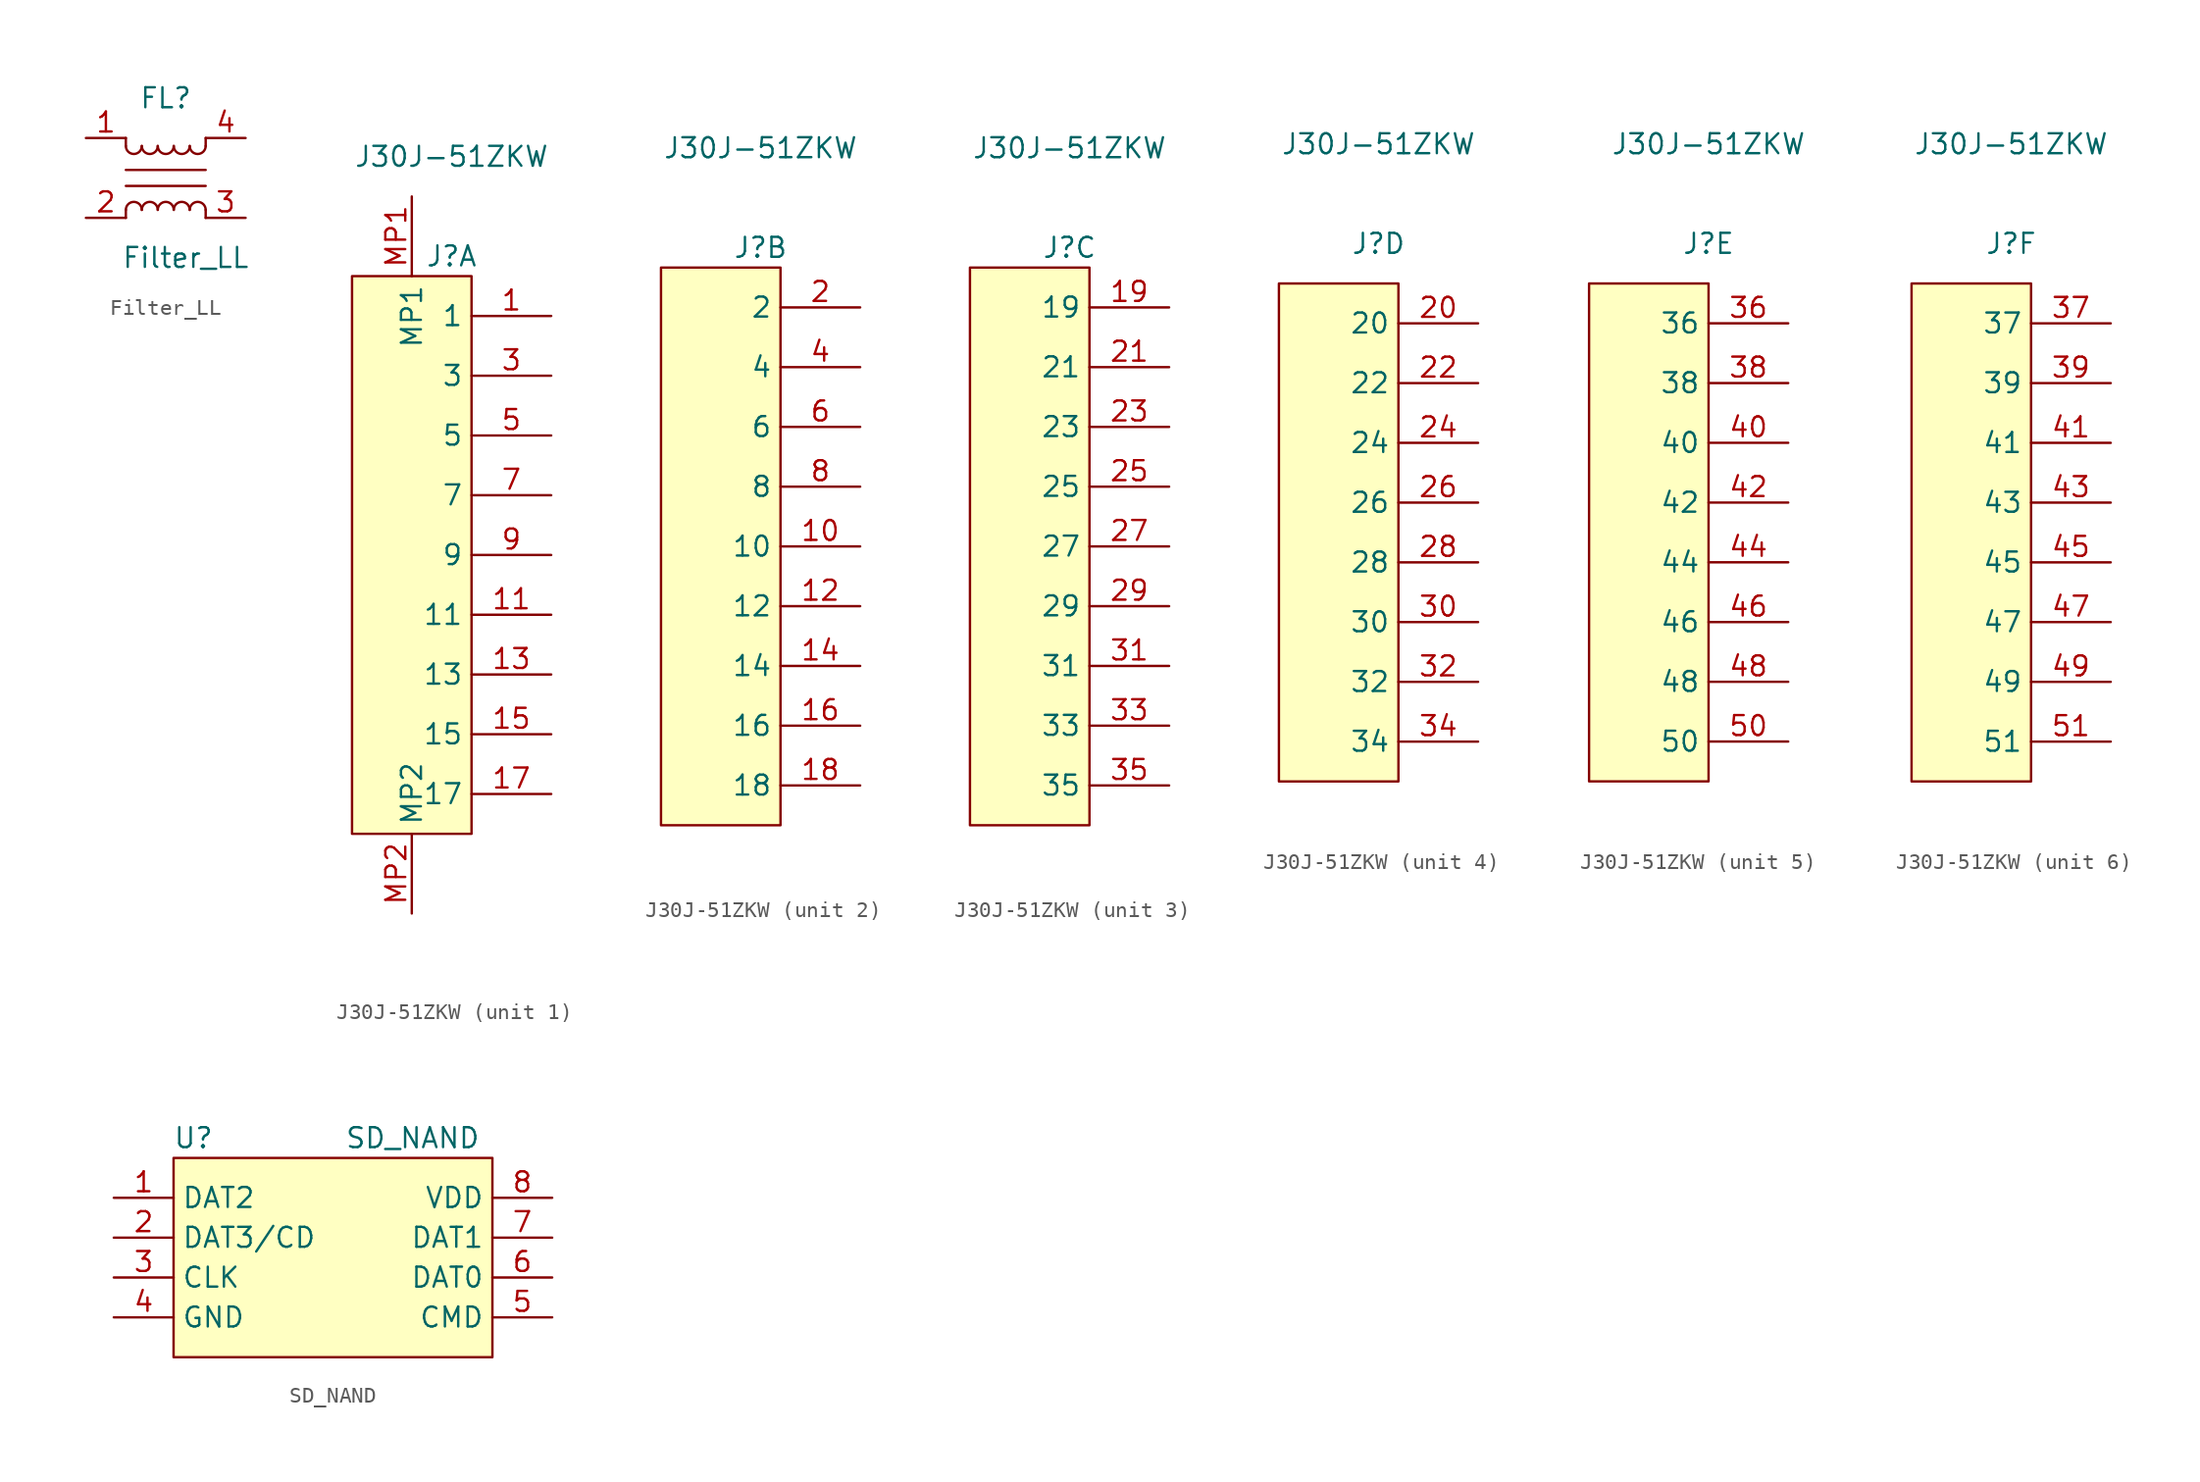
<source format=kicad_sym>
(kicad_symbol_lib
  (version 20220914)
  (generator kicad_symbol_editor)
  (symbol "Filter_LL"
    (property "Reference" "FL"
      (at 0 5.08 0)
      (effects (font (size 1.27 1.27))))
    (property "Value" "Filter_LL"
      (at 1.27 -5.08 0)
      (effects (font (size 1.27 1.27))))
    (symbol "Filter_LL_0_1"
      (arc (start -2.54 2.032) (mid -2.032 1.5262) (end -1.524 2.032) (stroke (width 0) (type default)) (fill (type none)))
      (arc (start -1.524 -2.032) (mid -2.032 -1.5262) (end -2.54 -2.032) (stroke (width 0) (type default)) (fill (type none)))
      (arc (start -1.524 2.032) (mid -1.016 1.5262) (end -0.508 2.032) (stroke (width 0) (type default)) (fill (type none)))
      (arc (start -0.508 -2.032) (mid -1.016 -1.5262) (end -1.524 -2.032) (stroke (width 0) (type default)) (fill (type none)))
      (arc (start -0.508 2.032) (mid 0 1.5262) (end 0.508 2.032) (stroke (width 0) (type default)) (fill (type none)))
      (polyline (pts (xy -2.54 -2.032) (xy -2.54 -2.54)) (stroke (width 0) (type default)) (fill (type none)))
      (polyline (pts (xy -2.54 0.508) (xy 2.54 0.508)) (stroke (width 0) (type default)) (fill (type none)))
      (polyline (pts (xy -2.54 2.032) (xy -2.54 2.54)) (stroke (width 0) (type default)) (fill (type none)))
      (polyline (pts (xy 2.54 -2.032) (xy 2.54 -2.54)) (stroke (width 0) (type default)) (fill (type none)))
      (polyline (pts (xy 2.54 -0.508) (xy -2.54 -0.508)) (stroke (width 0) (type default)) (fill (type none)))
      (polyline (pts (xy 2.54 2.54) (xy 2.54 2.032)) (stroke (width 0) (type default)) (fill (type none)))
      (arc (start 0.508 -2.032) (mid 0 -1.5262) (end -0.508 -2.032) (stroke (width 0) (type default)) (fill (type none)))
      (arc (start 0.508 2.032) (mid 1.016 1.5262) (end 1.524 2.032) (stroke (width 0) (type default)) (fill (type none)))
      (arc (start 1.524 -2.032) (mid 1.016 -1.5262) (end 0.508 -2.032) (stroke (width 0) (type default)) (fill (type none)))
      (arc (start 1.524 2.032) (mid 2.032 1.5262) (end 2.54 2.032) (stroke (width 0) (type default)) (fill (type none)))
      (arc (start 2.54 -2.032) (mid 2.032 -1.5262) (end 1.524 -2.032) (stroke (width 0) (type default)) (fill (type none))))
    (symbol "Filter_LL_1_1"
      (pin passive line (at -5.08 2.54 0) (length 2.54) (name "~" (effects (font (size 1.27 1.27)))) (number "1" (effects (font (size 1.27 1.27)))))
      (pin passive line (at -5.08 -2.54 0) (length 2.54) (name "~" (effects (font (size 1.27 1.27)))) (number "2" (effects (font (size 1.27 1.27)))))
      (pin passive line (at 5.08 -2.54 180) (length 2.54) (name "~" (effects (font (size 1.27 1.27)))) (number "3" (effects (font (size 1.27 1.27)))))
      (pin passive line (at 5.08 2.54 180) (length 2.54) (name "~" (effects (font (size 1.27 1.27)))) (number "4" (effects (font (size 1.27 1.27)))))))
  (symbol "J30J-51ZKW"
    (property "Reference" "J"
      (at 2.54 19.05 0)
      (effects (font (size 1.27 1.27))))
    (property "Value" "J30J-51ZKW"
      (at 2.54 25.4 0)
      (effects (font (size 1.27 1.27))))
    (property "ki_locked" ""
      (at 0 0 0)
      (effects (font (size 1.27 1.27))))
    (symbol "J30J-51ZKW_1_0"
      (pin passive line (at 8.89 15.24 180) (length 5.08) (name "1" (effects (font (size 1.27 1.27)))) (number "1" (effects (font (size 1.27 1.27)))))
      (pin passive line (at 8.89 -3.81 180) (length 5.08) (name "11" (effects (font (size 1.27 1.27)))) (number "11" (effects (font (size 1.27 1.27)))))
      (pin passive line (at 8.89 -7.62 180) (length 5.08) (name "13" (effects (font (size 1.27 1.27)))) (number "13" (effects (font (size 1.27 1.27)))))
      (pin passive line (at 8.89 -11.43 180) (length 5.08) (name "15" (effects (font (size 1.27 1.27)))) (number "15" (effects (font (size 1.27 1.27)))))
      (pin passive line (at 8.89 -15.24 180) (length 5.08) (name "17" (effects (font (size 1.27 1.27)))) (number "17" (effects (font (size 1.27 1.27)))))
      (pin passive line (at 8.89 11.43 180) (length 5.08) (name "3" (effects (font (size 1.27 1.27)))) (number "3" (effects (font (size 1.27 1.27)))))
      (pin passive line (at 8.89 7.62 180) (length 5.08) (name "5" (effects (font (size 1.27 1.27)))) (number "5" (effects (font (size 1.27 1.27)))))
      (pin passive line (at 8.89 3.81 180) (length 5.08) (name "7" (effects (font (size 1.27 1.27)))) (number "7" (effects (font (size 1.27 1.27)))))
      (pin passive line (at 8.89 0 180) (length 5.08) (name "9" (effects (font (size 1.27 1.27)))) (number "9" (effects (font (size 1.27 1.27)))))
      (pin passive line (at 0 22.86 270) (length 5.08) (name "MP1" (effects (font (size 1.27 1.27)))) (number "MP1" (effects (font (size 1.27 1.27)))))
      (pin passive line (at 0 -22.86 90) (length 5.08) (name "MP2" (effects (font (size 1.27 1.27)))) (number "MP2" (effects (font (size 1.27 1.27))))))
    (symbol "J30J-51ZKW_1_1"
      (rectangle (start -3.81 17.78) (end 3.81 -17.78) (stroke (width 0) (type default)) (fill (type background))))
    (symbol "J30J-51ZKW_2_0"
      (pin passive line (at 8.89 0 180) (length 5.08) (name "10" (effects (font (size 1.27 1.27)))) (number "10" (effects (font (size 1.27 1.27)))))
      (pin passive line (at 8.89 -3.81 180) (length 5.08) (name "12" (effects (font (size 1.27 1.27)))) (number "12" (effects (font (size 1.27 1.27)))))
      (pin passive line (at 8.89 -7.62 180) (length 5.08) (name "14" (effects (font (size 1.27 1.27)))) (number "14" (effects (font (size 1.27 1.27)))))
      (pin passive line (at 8.89 -11.43 180) (length 5.08) (name "16" (effects (font (size 1.27 1.27)))) (number "16" (effects (font (size 1.27 1.27)))))
      (pin passive line (at 8.89 -15.24 180) (length 5.08) (name "18" (effects (font (size 1.27 1.27)))) (number "18" (effects (font (size 1.27 1.27)))))
      (pin passive line (at 8.89 15.24 180) (length 5.08) (name "2" (effects (font (size 1.27 1.27)))) (number "2" (effects (font (size 1.27 1.27)))))
      (pin passive line (at 8.89 11.43 180) (length 5.08) (name "4" (effects (font (size 1.27 1.27)))) (number "4" (effects (font (size 1.27 1.27)))))
      (pin passive line (at 8.89 7.62 180) (length 5.08) (name "6" (effects (font (size 1.27 1.27)))) (number "6" (effects (font (size 1.27 1.27)))))
      (pin passive line (at 8.89 3.81 180) (length 5.08) (name "8" (effects (font (size 1.27 1.27)))) (number "8" (effects (font (size 1.27 1.27))))))
    (symbol "J30J-51ZKW_2_1"
      (rectangle (start -3.81 17.78) (end 3.81 -17.78) (stroke (width 0) (type default)) (fill (type background))))
    (symbol "J30J-51ZKW_3_0"
      (pin passive line (at 8.89 15.24 180) (length 5.08) (name "19" (effects (font (size 1.27 1.27)))) (number "19" (effects (font (size 1.27 1.27)))))
      (pin passive line (at 8.89 11.43 180) (length 5.08) (name "21" (effects (font (size 1.27 1.27)))) (number "21" (effects (font (size 1.27 1.27)))))
      (pin passive line (at 8.89 7.62 180) (length 5.08) (name "23" (effects (font (size 1.27 1.27)))) (number "23" (effects (font (size 1.27 1.27)))))
      (pin passive line (at 8.89 3.81 180) (length 5.08) (name "25" (effects (font (size 1.27 1.27)))) (number "25" (effects (font (size 1.27 1.27)))))
      (pin passive line (at 8.89 0 180) (length 5.08) (name "27" (effects (font (size 1.27 1.27)))) (number "27" (effects (font (size 1.27 1.27)))))
      (pin passive line (at 8.89 -3.81 180) (length 5.08) (name "29" (effects (font (size 1.27 1.27)))) (number "29" (effects (font (size 1.27 1.27)))))
      (pin passive line (at 8.89 -7.62 180) (length 5.08) (name "31" (effects (font (size 1.27 1.27)))) (number "31" (effects (font (size 1.27 1.27)))))
      (pin passive line (at 8.89 -11.43 180) (length 5.08) (name "33" (effects (font (size 1.27 1.27)))) (number "33" (effects (font (size 1.27 1.27)))))
      (pin passive line (at 8.89 -15.24 180) (length 5.08) (name "35" (effects (font (size 1.27 1.27)))) (number "35" (effects (font (size 1.27 1.27))))))
    (symbol "J30J-51ZKW_3_1"
      (rectangle (start -3.81 17.78) (end 3.81 -17.78) (stroke (width 0) (type default)) (fill (type background))))
    (symbol "J30J-51ZKW_4_0"
      (pin passive line (at 8.89 13.97 180) (length 5.08) (name "20" (effects (font (size 1.27 1.27)))) (number "20" (effects (font (size 1.27 1.27)))))
      (pin passive line (at 8.89 10.16 180) (length 5.08) (name "22" (effects (font (size 1.27 1.27)))) (number "22" (effects (font (size 1.27 1.27)))))
      (pin passive line (at 8.89 6.35 180) (length 5.08) (name "24" (effects (font (size 1.27 1.27)))) (number "24" (effects (font (size 1.27 1.27)))))
      (pin passive line (at 8.89 2.54 180) (length 5.08) (name "26" (effects (font (size 1.27 1.27)))) (number "26" (effects (font (size 1.27 1.27)))))
      (pin passive line (at 8.89 -1.27 180) (length 5.08) (name "28" (effects (font (size 1.27 1.27)))) (number "28" (effects (font (size 1.27 1.27)))))
      (pin passive line (at 8.89 -5.08 180) (length 5.08) (name "30" (effects (font (size 1.27 1.27)))) (number "30" (effects (font (size 1.27 1.27)))))
      (pin passive line (at 8.89 -8.89 180) (length 5.08) (name "32" (effects (font (size 1.27 1.27)))) (number "32" (effects (font (size 1.27 1.27)))))
      (pin passive line (at 8.89 -12.7 180) (length 5.08) (name "34" (effects (font (size 1.27 1.27)))) (number "34" (effects (font (size 1.27 1.27))))))
    (symbol "J30J-51ZKW_4_1"
      (rectangle (start -3.81 16.51) (end 3.81 -15.24) (stroke (width 0) (type default)) (fill (type background))))
    (symbol "J30J-51ZKW_5_0"
      (pin passive line (at 7.62 13.97 180) (length 5.08) (name "36" (effects (font (size 1.27 1.27)))) (number "36" (effects (font (size 1.27 1.27)))))
      (pin passive line (at 7.62 10.16 180) (length 5.08) (name "38" (effects (font (size 1.27 1.27)))) (number "38" (effects (font (size 1.27 1.27)))))
      (pin passive line (at 7.62 6.35 180) (length 5.08) (name "40" (effects (font (size 1.27 1.27)))) (number "40" (effects (font (size 1.27 1.27)))))
      (pin passive line (at 7.62 2.54 180) (length 5.08) (name "42" (effects (font (size 1.27 1.27)))) (number "42" (effects (font (size 1.27 1.27)))))
      (pin passive line (at 7.62 -1.27 180) (length 5.08) (name "44" (effects (font (size 1.27 1.27)))) (number "44" (effects (font (size 1.27 1.27)))))
      (pin passive line (at 7.62 -5.08 180) (length 5.08) (name "46" (effects (font (size 1.27 1.27)))) (number "46" (effects (font (size 1.27 1.27)))))
      (pin passive line (at 7.62 -8.89 180) (length 5.08) (name "48" (effects (font (size 1.27 1.27)))) (number "48" (effects (font (size 1.27 1.27)))))
      (pin passive line (at 7.62 -12.7 180) (length 5.08) (name "50" (effects (font (size 1.27 1.27)))) (number "50" (effects (font (size 1.27 1.27))))))
    (symbol "J30J-51ZKW_5_1"
      (rectangle (start -5.08 16.51) (end 2.54 -15.24) (stroke (width 0) (type default)) (fill (type background))))
    (symbol "J30J-51ZKW_6_0"
      (pin passive line (at 8.89 13.97 180) (length 5.08) (name "37" (effects (font (size 1.27 1.27)))) (number "37" (effects (font (size 1.27 1.27)))))
      (pin passive line (at 8.89 10.16 180) (length 5.08) (name "39" (effects (font (size 1.27 1.27)))) (number "39" (effects (font (size 1.27 1.27)))))
      (pin passive line (at 8.89 6.35 180) (length 5.08) (name "41" (effects (font (size 1.27 1.27)))) (number "41" (effects (font (size 1.27 1.27)))))
      (pin passive line (at 8.89 2.54 180) (length 5.08) (name "43" (effects (font (size 1.27 1.27)))) (number "43" (effects (font (size 1.27 1.27)))))
      (pin passive line (at 8.89 -1.27 180) (length 5.08) (name "45" (effects (font (size 1.27 1.27)))) (number "45" (effects (font (size 1.27 1.27)))))
      (pin passive line (at 8.89 -5.08 180) (length 5.08) (name "47" (effects (font (size 1.27 1.27)))) (number "47" (effects (font (size 1.27 1.27)))))
      (pin passive line (at 8.89 -8.89 180) (length 5.08) (name "49" (effects (font (size 1.27 1.27)))) (number "49" (effects (font (size 1.27 1.27)))))
      (pin passive line (at 8.89 -12.7 180) (length 5.08) (name "51" (effects (font (size 1.27 1.27)))) (number "51" (effects (font (size 1.27 1.27))))))
    (symbol "J30J-51ZKW_6_1"
      (rectangle (start -3.81 16.51) (end 3.81 -15.24) (stroke (width 0) (type default)) (fill (type background)))))
  (symbol "SD_NAND"
    (property "Reference" "U"
      (at -8.89 7.62 0)
      (effects (font (size 1.27 1.27))))
    (property "Value" "SD_NAND"
      (at 5.08 7.62 0)
      (effects (font (size 1.27 1.27))))
    (symbol "SD_NAND_1_1"
      (rectangle (start -10.16 6.35) (end 10.16 -6.35) (stroke (width 0) (type default)) (fill (type background)))
      (pin bidirectional line (at -13.97 3.81 0) (length 3.81) (name "DAT2" (effects (font (size 1.27 1.27)))) (number "1" (effects (font (size 1.27 1.27)))))
      (pin bidirectional line (at -13.97 1.27 0) (length 3.81) (name "DAT3/CD" (effects (font (size 1.27 1.27)))) (number "2" (effects (font (size 1.27 1.27)))))
      (pin input line (at -13.97 -1.27 0) (length 3.81) (name "CLK" (effects (font (size 1.27 1.27)))) (number "3" (effects (font (size 1.27 1.27)))))
      (pin power_in line (at -13.97 -3.81 0) (length 3.81) (name "GND" (effects (font (size 1.27 1.27)))) (number "4" (effects (font (size 1.27 1.27)))))
      (pin input line (at 13.97 -3.81 180) (length 3.81) (name "CMD" (effects (font (size 1.27 1.27)))) (number "5" (effects (font (size 1.27 1.27)))))
      (pin bidirectional line (at 13.97 -1.27 180) (length 3.81) (name "DAT0" (effects (font (size 1.27 1.27)))) (number "6" (effects (font (size 1.27 1.27)))))
      (pin bidirectional line (at 13.97 1.27 180) (length 3.81) (name "DAT1" (effects (font (size 1.27 1.27)))) (number "7" (effects (font (size 1.27 1.27)))))
      (pin power_in line (at 13.97 3.81 180) (length 3.81) (name "VDD" (effects (font (size 1.27 1.27)))) (number "8" (effects (font (size 1.27 1.27))))))))
</source>
